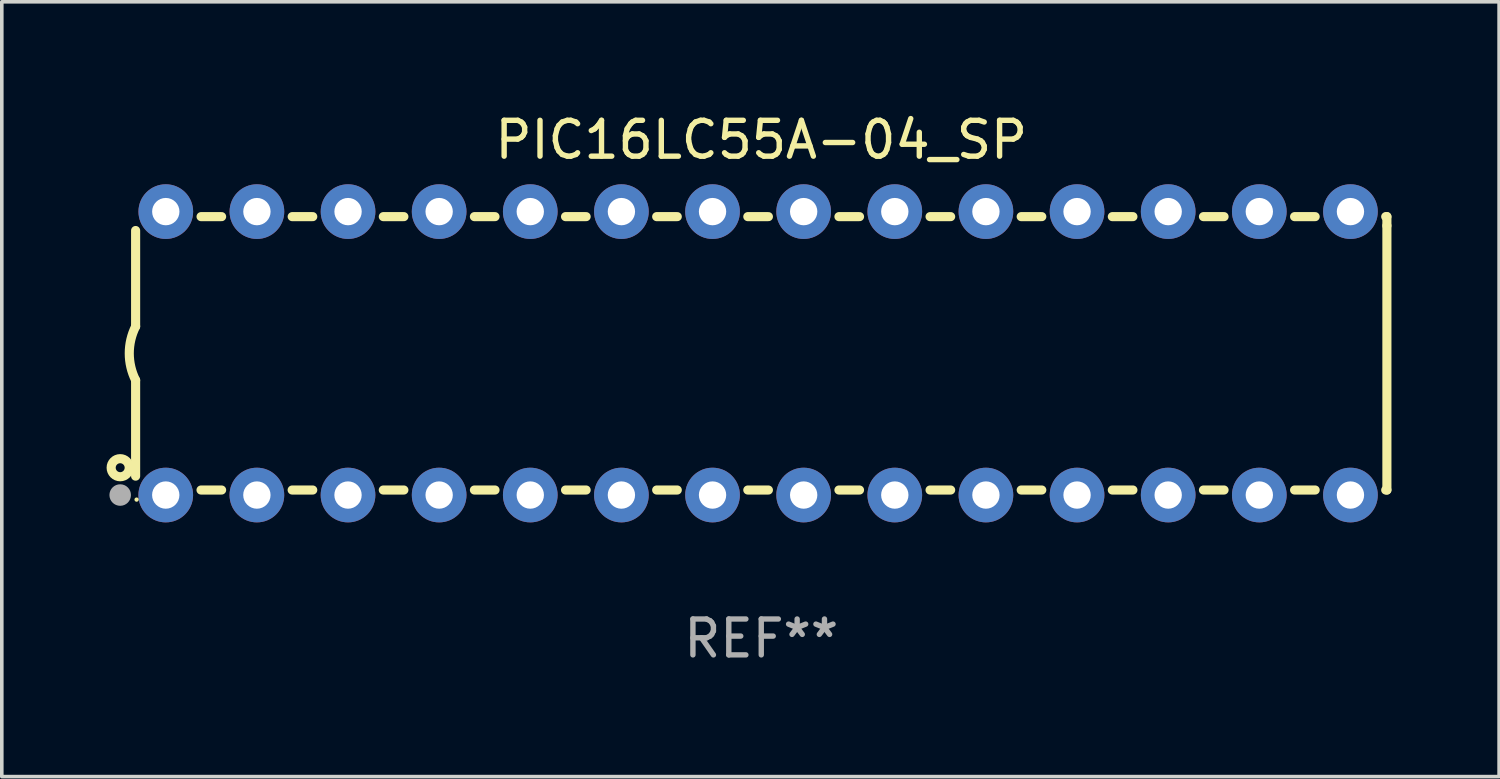
<source format=kicad_pcb>
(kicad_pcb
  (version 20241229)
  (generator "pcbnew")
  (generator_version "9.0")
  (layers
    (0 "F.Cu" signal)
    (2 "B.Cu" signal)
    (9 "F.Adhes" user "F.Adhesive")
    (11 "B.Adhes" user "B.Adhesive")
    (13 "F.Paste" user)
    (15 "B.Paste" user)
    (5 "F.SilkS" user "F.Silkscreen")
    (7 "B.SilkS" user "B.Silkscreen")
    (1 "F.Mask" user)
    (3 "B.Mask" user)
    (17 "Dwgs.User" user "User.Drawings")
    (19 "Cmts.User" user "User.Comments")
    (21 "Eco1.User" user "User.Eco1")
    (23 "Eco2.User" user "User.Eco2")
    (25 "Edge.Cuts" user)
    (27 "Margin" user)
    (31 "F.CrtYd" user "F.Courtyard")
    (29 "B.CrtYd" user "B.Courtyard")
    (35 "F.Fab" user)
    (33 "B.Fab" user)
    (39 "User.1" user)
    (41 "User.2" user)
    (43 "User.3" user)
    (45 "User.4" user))
  (footprint "PIC16LC55A-04_SP"
    (layer "F.Cu")
    (at 18.168 6.798)
    (property "Reference" "PIC16LC55A-04_SP" (at 0 -5.95 0) (layer "F.SilkS") (effects (font (size 1 1) (thickness 0.15))))
    (attr through_hole)
    (fp_line (start -17.438 0.75) (end -17.438 3.423) (stroke (width 0.254) (type solid)) (layer "F.SilkS"))
    (fp_line (start -17.438 -3.423) (end -17.438 -0.75) (stroke (width 0.254) (type solid)) (layer "F.SilkS"))
    (fp_line (start -15.615 3.81) (end -15.041 3.81) (stroke (width 0.254) (type solid)) (layer "F.SilkS"))
    (fp_line (start -15.041 -3.81) (end -15.614 -3.81) (stroke (width 0.254) (type solid)) (layer "F.SilkS"))
    (fp_line (start -13.075 3.81) (end -12.501 3.81) (stroke (width 0.254) (type solid)) (layer "F.SilkS"))
    (fp_line (start -12.501 -3.81) (end -13.074 -3.81) (stroke (width 0.254) (type solid)) (layer "F.SilkS"))
    (fp_line (start -10.535 3.81) (end -9.961 3.81) (stroke (width 0.254) (type solid)) (layer "F.SilkS"))
    (fp_line (start -9.961 -3.81) (end -10.534 -3.81) (stroke (width 0.254) (type solid)) (layer "F.SilkS"))
    (fp_line (start -7.995 3.81) (end -7.421 3.81) (stroke (width 0.254) (type solid)) (layer "F.SilkS"))
    (fp_line (start -7.421 -3.81) (end -7.995 -3.81) (stroke (width 0.254) (type solid)) (layer "F.SilkS"))
    (fp_line (start -5.455 3.81) (end -4.881 3.81) (stroke (width 0.254) (type solid)) (layer "F.SilkS"))
    (fp_line (start -4.881 -3.81) (end -5.455 -3.81) (stroke (width 0.254) (type solid)) (layer "F.SilkS"))
    (fp_line (start -2.915 3.81) (end -2.341 3.81) (stroke (width 0.254) (type solid)) (layer "F.SilkS"))
    (fp_line (start -2.341 -3.81) (end -2.915 -3.81) (stroke (width 0.254) (type solid)) (layer "F.SilkS"))
    (fp_line (start -0.375 3.81) (end 0.199 3.81) (stroke (width 0.254) (type solid)) (layer "F.SilkS"))
    (fp_line (start 0.199 -3.81) (end -0.375 -3.81) (stroke (width 0.254) (type solid)) (layer "F.SilkS"))
    (fp_line (start 2.165 3.81) (end 2.739 3.81) (stroke (width 0.254) (type solid)) (layer "F.SilkS"))
    (fp_line (start 2.739 -3.81) (end 2.165 -3.81) (stroke (width 0.254) (type solid)) (layer "F.SilkS"))
    (fp_line (start 4.705 3.81) (end 5.279 3.81) (stroke (width 0.254) (type solid)) (layer "F.SilkS"))
    (fp_line (start 5.279 -3.81) (end 4.705 -3.81) (stroke (width 0.254) (type solid)) (layer "F.SilkS"))
    (fp_line (start 7.245 3.81) (end 7.819 3.81) (stroke (width 0.254) (type solid)) (layer "F.SilkS"))
    (fp_line (start 7.819 -3.81) (end 7.245 -3.81) (stroke (width 0.254) (type solid)) (layer "F.SilkS"))
    (fp_line (start 9.785 3.81) (end 10.359 3.81) (stroke (width 0.254) (type solid)) (layer "F.SilkS"))
    (fp_line (start 10.359 -3.81) (end 9.785 -3.81) (stroke (width 0.254) (type solid)) (layer "F.SilkS"))
    (fp_line (start 12.325 3.81) (end 12.899 3.81) (stroke (width 0.254) (type solid)) (layer "F.SilkS"))
    (fp_line (start 12.899 -3.81) (end 12.325 -3.81) (stroke (width 0.254) (type solid)) (layer "F.SilkS"))
    (fp_line (start 14.865 3.81) (end 15.439 3.81) (stroke (width 0.254) (type solid)) (layer "F.SilkS"))
    (fp_line (start 15.439 -3.81) (end 14.865 -3.81) (stroke (width 0.254) (type solid)) (layer "F.SilkS"))
    (fp_line (start 17.405 3.81) (end 17.438 3.81) (stroke (width 0.254) (type solid)) (layer "F.SilkS"))
    (fp_line (start 17.438 -3.81) (end 17.405 -3.81) (stroke (width 0.254) (type solid)) (layer "F.SilkS"))
    (fp_line (start 17.438 -3.556) (end 17.438 -3.81) (stroke (width 0.254) (type solid)) (layer "F.SilkS"))
    (fp_line (start 17.438 3.81) (end 17.438 -3.556) (stroke (width 0.254) (type solid)) (layer "F.SilkS"))
    (fp_arc (start -17.437986 0.749657) (mid -17.614887 -0.000024) (end -17.437783 -0.749657) (stroke (width 0.254001) (type solid)) (layer "F.SilkS"))
    (fp_circle (center -17.868 3.188) (end -17.743 3.188) (stroke (width 0.254) (type solid)) (fill no) (layer "F.SilkS"))
    (fp_circle (center -17.411 4.077) (end -17.381 4.077) (stroke (width 0.06) (type solid)) (fill no) (layer "F.SilkS"))
    (fp_circle (center -17.868 3.95) (end -17.718 3.95) (stroke (width 0.3) (type solid)) (fill no) (layer "F.Fab"))
    (fp_text user "REF**" (at 0 7.95 0) (layer "F.Fab") (effects (font (size 1 1) (thickness 0.15))))
    (pad "1" thru_hole circle (at -16.598 3.95) (size 1.524 1.524) (drill 0.762) (layers "*.Cu" "*.Mask"))
    (pad "2" thru_hole circle (at -14.058 3.95) (size 1.524 1.524) (drill 0.762) (layers "*.Cu" "*.Mask"))
    (pad "3" thru_hole circle (at -11.518 3.95) (size 1.524 1.524) (drill 0.762) (layers "*.Cu" "*.Mask"))
    (pad "4" thru_hole circle (at -8.978 3.95) (size 1.524 1.524) (drill 0.762) (layers "*.Cu" "*.Mask"))
    (pad "5" thru_hole circle (at -6.438 3.95) (size 1.524 1.524) (drill 0.762) (layers "*.Cu" "*.Mask"))
    (pad "6" thru_hole circle (at -3.898 3.95) (size 1.524 1.524) (drill 0.762) (layers "*.Cu" "*.Mask"))
    (pad "7" thru_hole circle (at -1.358 3.95) (size 1.524 1.524) (drill 0.762) (layers "*.Cu" "*.Mask"))
    (pad "8" thru_hole circle (at 1.182 3.95) (size 1.524 1.524) (drill 0.762) (layers "*.Cu" "*.Mask"))
    (pad "9" thru_hole circle (at 3.722 3.95) (size 1.524 1.524) (drill 0.762) (layers "*.Cu" "*.Mask"))
    (pad "10" thru_hole circle (at 6.262 3.95) (size 1.524 1.524) (drill 0.762) (layers "*.Cu" "*.Mask"))
    (pad "11" thru_hole circle (at 8.802 3.95) (size 1.524 1.524) (drill 0.762) (layers "*.Cu" "*.Mask"))
    (pad "12" thru_hole circle (at 11.342 3.95) (size 1.524 1.524) (drill 0.762) (layers "*.Cu" "*.Mask"))
    (pad "13" thru_hole circle (at 13.882 3.95) (size 1.524 1.524) (drill 0.762) (layers "*.Cu" "*.Mask"))
    (pad "14" thru_hole circle (at 16.422 3.95) (size 1.524 1.524) (drill 0.762) (layers "*.Cu" "*.Mask"))
    (pad "15" thru_hole circle (at 16.422 -3.95) (size 1.524 1.524) (drill 0.762) (layers "*.Cu" "*.Mask"))
    (pad "16" thru_hole circle (at 13.882 -3.95) (size 1.524 1.524) (drill 0.762) (layers "*.Cu" "*.Mask"))
    (pad "17" thru_hole circle (at 11.342 -3.95) (size 1.524 1.524) (drill 0.762) (layers "*.Cu" "*.Mask"))
    (pad "18" thru_hole circle (at 8.802 -3.95) (size 1.524 1.524) (drill 0.762) (layers "*.Cu" "*.Mask"))
    (pad "19" thru_hole circle (at 6.262 -3.95) (size 1.524 1.524) (drill 0.762) (layers "*.Cu" "*.Mask"))
    (pad "20" thru_hole circle (at 3.722 -3.95) (size 1.524 1.524) (drill 0.762) (layers "*.Cu" "*.Mask"))
    (pad "21" thru_hole circle (at 1.182 -3.95) (size 1.524 1.524) (drill 0.762) (layers "*.Cu" "*.Mask"))
    (pad "22" thru_hole circle (at -1.358 -3.95) (size 1.524 1.524) (drill 0.762) (layers "*.Cu" "*.Mask"))
    (pad "23" thru_hole circle (at -3.898 -3.95) (size 1.524 1.524) (drill 0.762) (layers "*.Cu" "*.Mask"))
    (pad "24" thru_hole circle (at -6.438 -3.95) (size 1.524 1.524) (drill 0.762) (layers "*.Cu" "*.Mask"))
    (pad "25" thru_hole circle (at -8.978 -3.95) (size 1.524 1.524) (drill 0.762) (layers "*.Cu" "*.Mask"))
    (pad "26" thru_hole circle (at -11.517 -3.95) (size 1.524 1.524) (drill 0.762) (layers "*.Cu" "*.Mask"))
    (pad "27" thru_hole circle (at -14.057 -3.95) (size 1.524 1.524) (drill 0.762) (layers "*.Cu" "*.Mask"))
    (pad "28" thru_hole circle (at -16.597 -3.95) (size 1.524 1.524) (drill 0.762) (layers "*.Cu" "*.Mask")))
  (gr_rect
    (start -3 -3)
    (end 38.733 18.596)
    (stroke (width 0.1) (type default))
    (fill no)
    (layer "Edge.Cuts")))
</source>
